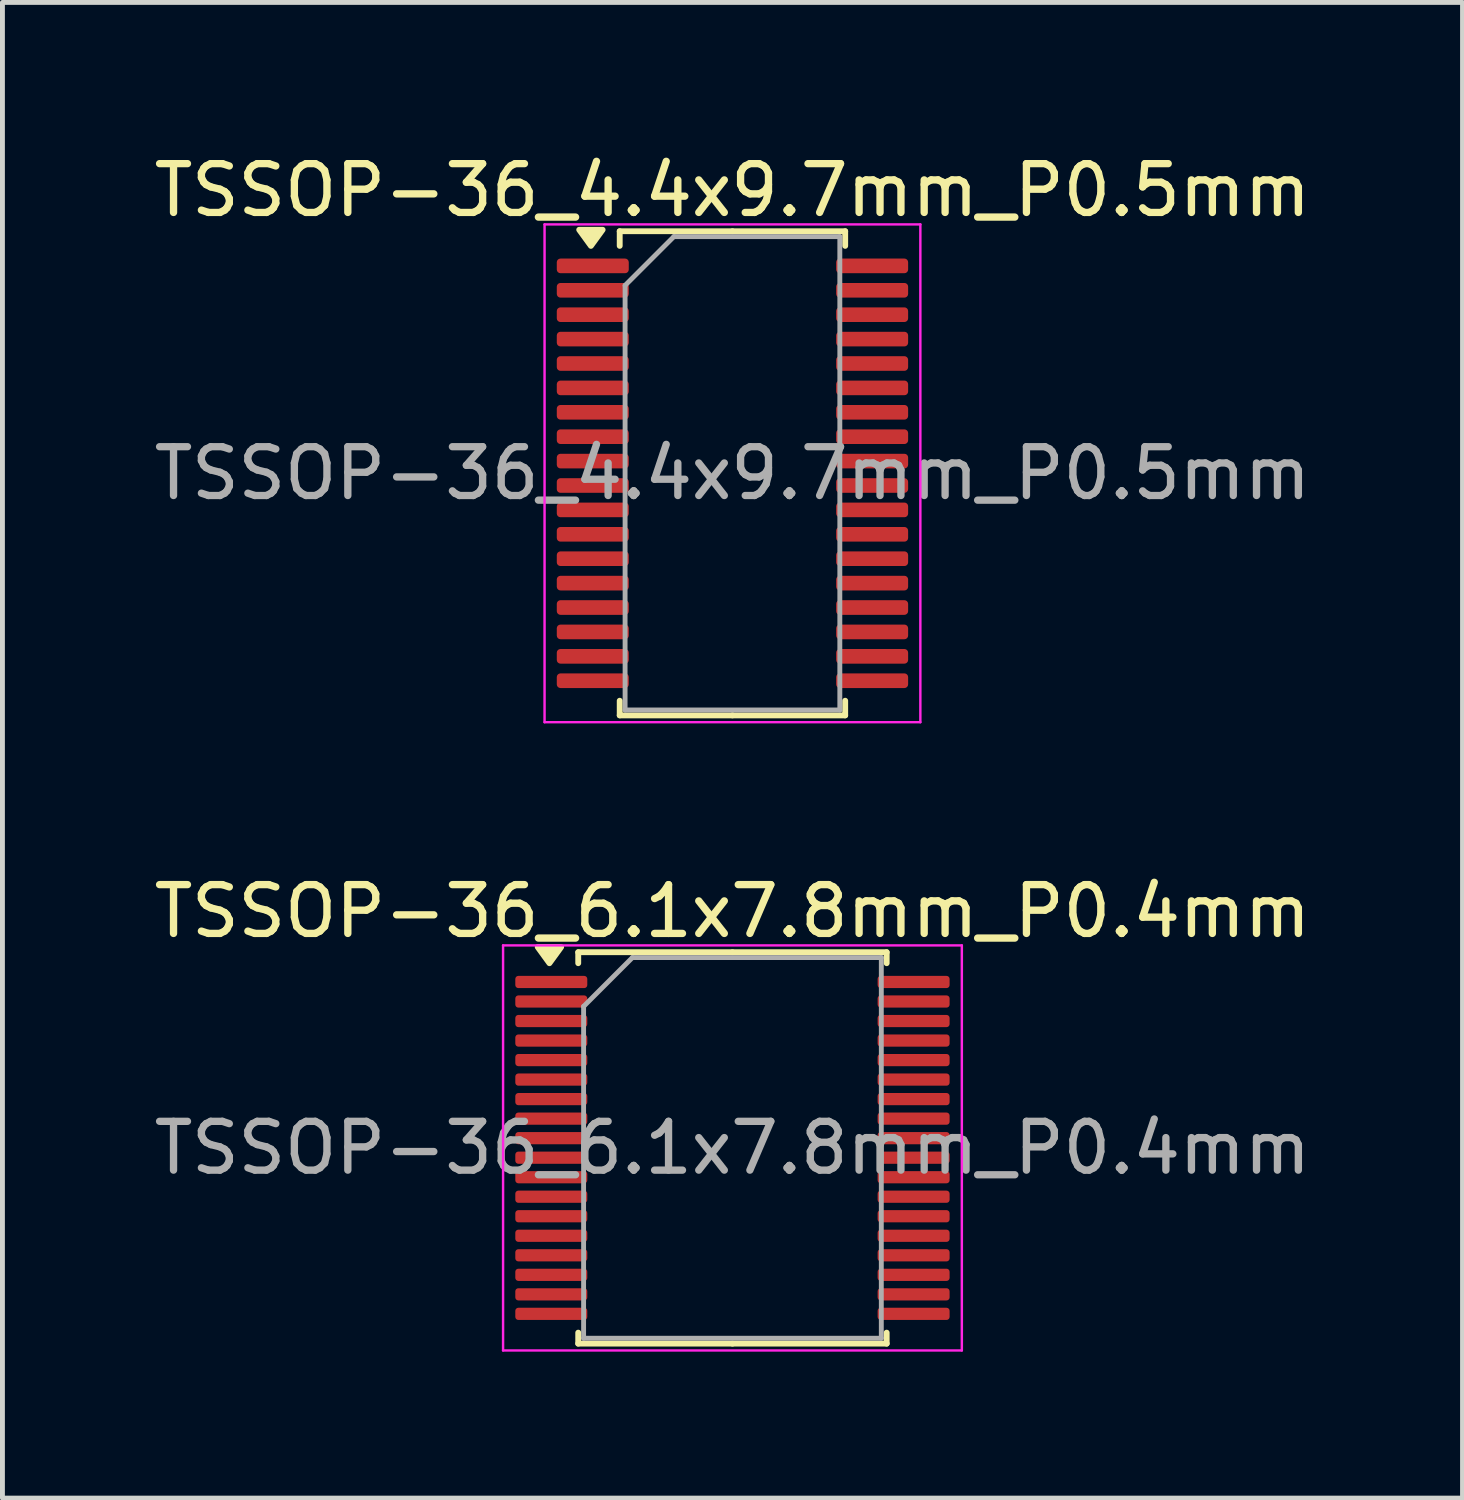
<source format=kicad_pcb>
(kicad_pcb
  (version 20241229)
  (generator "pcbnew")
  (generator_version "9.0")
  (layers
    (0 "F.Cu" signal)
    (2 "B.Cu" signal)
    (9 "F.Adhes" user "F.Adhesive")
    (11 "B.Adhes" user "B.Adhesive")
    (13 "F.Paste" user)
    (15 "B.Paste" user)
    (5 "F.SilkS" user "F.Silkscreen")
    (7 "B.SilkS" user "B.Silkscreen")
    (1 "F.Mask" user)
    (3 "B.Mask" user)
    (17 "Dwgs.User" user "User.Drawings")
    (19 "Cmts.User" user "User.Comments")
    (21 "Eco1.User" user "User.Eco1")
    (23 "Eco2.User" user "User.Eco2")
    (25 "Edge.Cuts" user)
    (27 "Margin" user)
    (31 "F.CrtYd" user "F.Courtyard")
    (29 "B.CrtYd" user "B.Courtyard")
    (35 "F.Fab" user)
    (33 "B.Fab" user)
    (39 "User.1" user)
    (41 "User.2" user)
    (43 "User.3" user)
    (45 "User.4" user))
  (footprint "TSSOP-36_4.4x9.7mm_P0.5mm"
    (layer "F.Cu")
    (at 11.958 6.648)
    (property "Reference" "TSSOP-36_4.4x9.7mm_P0.5mm" (at 0 -5.8 0) (layer "F.SilkS") (effects (font (size 1 1) (thickness 0.15))))
    (attr smd)
    (fp_line (start -2.31 -4.96) (end -2.31 -4.66) (stroke (width 0.12) (type solid)) (layer "F.SilkS"))
    (fp_line (start -2.31 4.96) (end -2.31 4.66) (stroke (width 0.12) (type solid)) (layer "F.SilkS"))
    (fp_line (start 0 -4.96) (end -2.31 -4.96) (stroke (width 0.12) (type solid)) (layer "F.SilkS"))
    (fp_line (start 0 -4.96) (end 2.31 -4.96) (stroke (width 0.12) (type solid)) (layer "F.SilkS"))
    (fp_line (start 0 4.96) (end -2.31 4.96) (stroke (width 0.12) (type solid)) (layer "F.SilkS"))
    (fp_line (start 0 4.96) (end 2.31 4.96) (stroke (width 0.12) (type solid)) (layer "F.SilkS"))
    (fp_line (start 2.31 -4.96) (end 2.31 -4.66) (stroke (width 0.12) (type solid)) (layer "F.SilkS"))
    (fp_line (start 2.31 4.96) (end 2.31 4.66) (stroke (width 0.12) (type solid)) (layer "F.SilkS"))
    (fp_poly (pts (xy -2.9 -4.66) (xy -3.14 -4.99) (xy -2.66 -4.99) (xy -2.9 -4.66)) (stroke (width 0.12) (type solid)) (fill yes) (layer "F.SilkS"))
    (fp_line (start -3.85 -5.1) (end -3.85 5.1) (stroke (width 0.05) (type solid)) (layer "F.CrtYd"))
    (fp_line (start -3.85 5.1) (end 3.85 5.1) (stroke (width 0.05) (type solid)) (layer "F.CrtYd"))
    (fp_line (start 3.85 -5.1) (end -3.85 -5.1) (stroke (width 0.05) (type solid)) (layer "F.CrtYd"))
    (fp_line (start 3.85 5.1) (end 3.85 -5.1) (stroke (width 0.05) (type solid)) (layer "F.CrtYd"))
    (fp_line (start -2.2 -3.85) (end -1.2 -4.85) (stroke (width 0.1) (type solid)) (layer "F.Fab"))
    (fp_line (start -2.2 4.85) (end -2.2 -3.85) (stroke (width 0.1) (type solid)) (layer "F.Fab"))
    (fp_line (start -1.2 -4.85) (end 2.2 -4.85) (stroke (width 0.1) (type solid)) (layer "F.Fab"))
    (fp_line (start 2.2 -4.85) (end 2.2 4.85) (stroke (width 0.1) (type solid)) (layer "F.Fab"))
    (fp_line (start 2.2 4.85) (end -2.2 4.85) (stroke (width 0.1) (type solid)) (layer "F.Fab"))
    (fp_text user "${REFERENCE}" (at 0 0 0) (layer "F.Fab") (effects (font (size 1 1) (thickness 0.15))))
    (pad "1" smd roundrect (at -2.862 -4.25) (size 1.475 0.3) (layers "F.Cu" "F.Mask" "F.Paste") (roundrect_rratio 0.25))
    (pad "2" smd roundrect (at -2.862 -3.75) (size 1.475 0.3) (layers "F.Cu" "F.Mask" "F.Paste") (roundrect_rratio 0.25))
    (pad "3" smd roundrect (at -2.862 -3.25) (size 1.475 0.3) (layers "F.Cu" "F.Mask" "F.Paste") (roundrect_rratio 0.25))
    (pad "4" smd roundrect (at -2.862 -2.75) (size 1.475 0.3) (layers "F.Cu" "F.Mask" "F.Paste") (roundrect_rratio 0.25))
    (pad "5" smd roundrect (at -2.862 -2.25) (size 1.475 0.3) (layers "F.Cu" "F.Mask" "F.Paste") (roundrect_rratio 0.25))
    (pad "6" smd roundrect (at -2.862 -1.75) (size 1.475 0.3) (layers "F.Cu" "F.Mask" "F.Paste") (roundrect_rratio 0.25))
    (pad "7" smd roundrect (at -2.862 -1.25) (size 1.475 0.3) (layers "F.Cu" "F.Mask" "F.Paste") (roundrect_rratio 0.25))
    (pad "8" smd roundrect (at -2.862 -0.75) (size 1.475 0.3) (layers "F.Cu" "F.Mask" "F.Paste") (roundrect_rratio 0.25))
    (pad "9" smd roundrect (at -2.862 -0.25) (size 1.475 0.3) (layers "F.Cu" "F.Mask" "F.Paste") (roundrect_rratio 0.25))
    (pad "10" smd roundrect (at -2.862 0.25) (size 1.475 0.3) (layers "F.Cu" "F.Mask" "F.Paste") (roundrect_rratio 0.25))
    (pad "11" smd roundrect (at -2.862 0.75) (size 1.475 0.3) (layers "F.Cu" "F.Mask" "F.Paste") (roundrect_rratio 0.25))
    (pad "12" smd roundrect (at -2.862 1.25) (size 1.475 0.3) (layers "F.Cu" "F.Mask" "F.Paste") (roundrect_rratio 0.25))
    (pad "13" smd roundrect (at -2.862 1.75) (size 1.475 0.3) (layers "F.Cu" "F.Mask" "F.Paste") (roundrect_rratio 0.25))
    (pad "14" smd roundrect (at -2.862 2.25) (size 1.475 0.3) (layers "F.Cu" "F.Mask" "F.Paste") (roundrect_rratio 0.25))
    (pad "15" smd roundrect (at -2.862 2.75) (size 1.475 0.3) (layers "F.Cu" "F.Mask" "F.Paste") (roundrect_rratio 0.25))
    (pad "16" smd roundrect (at -2.862 3.25) (size 1.475 0.3) (layers "F.Cu" "F.Mask" "F.Paste") (roundrect_rratio 0.25))
    (pad "17" smd roundrect (at -2.862 3.75) (size 1.475 0.3) (layers "F.Cu" "F.Mask" "F.Paste") (roundrect_rratio 0.25))
    (pad "18" smd roundrect (at -2.862 4.25) (size 1.475 0.3) (layers "F.Cu" "F.Mask" "F.Paste") (roundrect_rratio 0.25))
    (pad "19" smd roundrect (at 2.862 4.25) (size 1.475 0.3) (layers "F.Cu" "F.Mask" "F.Paste") (roundrect_rratio 0.25))
    (pad "20" smd roundrect (at 2.862 3.75) (size 1.475 0.3) (layers "F.Cu" "F.Mask" "F.Paste") (roundrect_rratio 0.25))
    (pad "21" smd roundrect (at 2.862 3.25) (size 1.475 0.3) (layers "F.Cu" "F.Mask" "F.Paste") (roundrect_rratio 0.25))
    (pad "22" smd roundrect (at 2.862 2.75) (size 1.475 0.3) (layers "F.Cu" "F.Mask" "F.Paste") (roundrect_rratio 0.25))
    (pad "23" smd roundrect (at 2.862 2.25) (size 1.475 0.3) (layers "F.Cu" "F.Mask" "F.Paste") (roundrect_rratio 0.25))
    (pad "24" smd roundrect (at 2.862 1.75) (size 1.475 0.3) (layers "F.Cu" "F.Mask" "F.Paste") (roundrect_rratio 0.25))
    (pad "25" smd roundrect (at 2.862 1.25) (size 1.475 0.3) (layers "F.Cu" "F.Mask" "F.Paste") (roundrect_rratio 0.25))
    (pad "26" smd roundrect (at 2.862 0.75) (size 1.475 0.3) (layers "F.Cu" "F.Mask" "F.Paste") (roundrect_rratio 0.25))
    (pad "27" smd roundrect (at 2.862 0.25) (size 1.475 0.3) (layers "F.Cu" "F.Mask" "F.Paste") (roundrect_rratio 0.25))
    (pad "28" smd roundrect (at 2.862 -0.25) (size 1.475 0.3) (layers "F.Cu" "F.Mask" "F.Paste") (roundrect_rratio 0.25))
    (pad "29" smd roundrect (at 2.862 -0.75) (size 1.475 0.3) (layers "F.Cu" "F.Mask" "F.Paste") (roundrect_rratio 0.25))
    (pad "30" smd roundrect (at 2.862 -1.25) (size 1.475 0.3) (layers "F.Cu" "F.Mask" "F.Paste") (roundrect_rratio 0.25))
    (pad "31" smd roundrect (at 2.862 -1.75) (size 1.475 0.3) (layers "F.Cu" "F.Mask" "F.Paste") (roundrect_rratio 0.25))
    (pad "32" smd roundrect (at 2.862 -2.25) (size 1.475 0.3) (layers "F.Cu" "F.Mask" "F.Paste") (roundrect_rratio 0.25))
    (pad "33" smd roundrect (at 2.862 -2.75) (size 1.475 0.3) (layers "F.Cu" "F.Mask" "F.Paste") (roundrect_rratio 0.25))
    (pad "34" smd roundrect (at 2.862 -3.25) (size 1.475 0.3) (layers "F.Cu" "F.Mask" "F.Paste") (roundrect_rratio 0.25))
    (pad "35" smd roundrect (at 2.862 -3.75) (size 1.475 0.3) (layers "F.Cu" "F.Mask" "F.Paste") (roundrect_rratio 0.25))
    (pad "36" smd roundrect (at 2.862 -4.25) (size 1.475 0.3) (layers "F.Cu" "F.Mask" "F.Paste") (roundrect_rratio 0.25)))
  (footprint "TSSOP-36_6.1x7.8mm_P0.4mm"
    (layer "F.Cu")
    (at 11.958 20.471)
    (property "Reference" "TSSOP-36_6.1x7.8mm_P0.4mm" (at 0 -4.85 0) (layer "F.SilkS") (effects (font (size 1 1) (thickness 0.15))))
    (attr smd)
    (fp_line (start -3.16 -4.01) (end -3.16 -3.785) (stroke (width 0.12) (type solid)) (layer "F.SilkS"))
    (fp_line (start -3.16 4.01) (end -3.16 3.785) (stroke (width 0.12) (type solid)) (layer "F.SilkS"))
    (fp_line (start 0 -4.01) (end -3.16 -4.01) (stroke (width 0.12) (type solid)) (layer "F.SilkS"))
    (fp_line (start 0 -4.01) (end 3.16 -4.01) (stroke (width 0.12) (type solid)) (layer "F.SilkS"))
    (fp_line (start 0 4.01) (end -3.16 4.01) (stroke (width 0.12) (type solid)) (layer "F.SilkS"))
    (fp_line (start 0 4.01) (end 3.16 4.01) (stroke (width 0.12) (type solid)) (layer "F.SilkS"))
    (fp_line (start 3.16 -4.01) (end 3.16 -3.785) (stroke (width 0.12) (type solid)) (layer "F.SilkS"))
    (fp_line (start 3.16 4.01) (end 3.16 3.785) (stroke (width 0.12) (type solid)) (layer "F.SilkS"))
    (fp_poly (pts (xy -3.75 -3.785) (xy -3.99 -4.115) (xy -3.51 -4.115) (xy -3.75 -3.785)) (stroke (width 0.12) (type solid)) (fill yes) (layer "F.SilkS"))
    (fp_line (start -4.7 -4.15) (end -4.7 4.15) (stroke (width 0.05) (type solid)) (layer "F.CrtYd"))
    (fp_line (start -4.7 4.15) (end 4.7 4.15) (stroke (width 0.05) (type solid)) (layer "F.CrtYd"))
    (fp_line (start 4.7 -4.15) (end -4.7 -4.15) (stroke (width 0.05) (type solid)) (layer "F.CrtYd"))
    (fp_line (start 4.7 4.15) (end 4.7 -4.15) (stroke (width 0.05) (type solid)) (layer "F.CrtYd"))
    (fp_line (start -3.05 -2.9) (end -2.05 -3.9) (stroke (width 0.1) (type solid)) (layer "F.Fab"))
    (fp_line (start -3.05 3.9) (end -3.05 -2.9) (stroke (width 0.1) (type solid)) (layer "F.Fab"))
    (fp_line (start -2.05 -3.9) (end 3.05 -3.9) (stroke (width 0.1) (type solid)) (layer "F.Fab"))
    (fp_line (start 3.05 -3.9) (end 3.05 3.9) (stroke (width 0.1) (type solid)) (layer "F.Fab"))
    (fp_line (start 3.05 3.9) (end -3.05 3.9) (stroke (width 0.1) (type solid)) (layer "F.Fab"))
    (fp_text user "${REFERENCE}" (at 0 0 0) (layer "F.Fab") (effects (font (size 1 1) (thickness 0.15))))
    (pad "1" smd roundrect (at -3.712 -3.4) (size 1.475 0.25) (layers "F.Cu" "F.Mask" "F.Paste") (roundrect_rratio 0.25))
    (pad "2" smd roundrect (at -3.712 -3) (size 1.475 0.25) (layers "F.Cu" "F.Mask" "F.Paste") (roundrect_rratio 0.25))
    (pad "3" smd roundrect (at -3.712 -2.6) (size 1.475 0.25) (layers "F.Cu" "F.Mask" "F.Paste") (roundrect_rratio 0.25))
    (pad "4" smd roundrect (at -3.712 -2.2) (size 1.475 0.25) (layers "F.Cu" "F.Mask" "F.Paste") (roundrect_rratio 0.25))
    (pad "5" smd roundrect (at -3.712 -1.8) (size 1.475 0.25) (layers "F.Cu" "F.Mask" "F.Paste") (roundrect_rratio 0.25))
    (pad "6" smd roundrect (at -3.712 -1.4) (size 1.475 0.25) (layers "F.Cu" "F.Mask" "F.Paste") (roundrect_rratio 0.25))
    (pad "7" smd roundrect (at -3.712 -1) (size 1.475 0.25) (layers "F.Cu" "F.Mask" "F.Paste") (roundrect_rratio 0.25))
    (pad "8" smd roundrect (at -3.712 -0.6) (size 1.475 0.25) (layers "F.Cu" "F.Mask" "F.Paste") (roundrect_rratio 0.25))
    (pad "9" smd roundrect (at -3.712 -0.2) (size 1.475 0.25) (layers "F.Cu" "F.Mask" "F.Paste") (roundrect_rratio 0.25))
    (pad "10" smd roundrect (at -3.712 0.2) (size 1.475 0.25) (layers "F.Cu" "F.Mask" "F.Paste") (roundrect_rratio 0.25))
    (pad "11" smd roundrect (at -3.712 0.6) (size 1.475 0.25) (layers "F.Cu" "F.Mask" "F.Paste") (roundrect_rratio 0.25))
    (pad "12" smd roundrect (at -3.712 1) (size 1.475 0.25) (layers "F.Cu" "F.Mask" "F.Paste") (roundrect_rratio 0.25))
    (pad "13" smd roundrect (at -3.712 1.4) (size 1.475 0.25) (layers "F.Cu" "F.Mask" "F.Paste") (roundrect_rratio 0.25))
    (pad "14" smd roundrect (at -3.712 1.8) (size 1.475 0.25) (layers "F.Cu" "F.Mask" "F.Paste") (roundrect_rratio 0.25))
    (pad "15" smd roundrect (at -3.712 2.2) (size 1.475 0.25) (layers "F.Cu" "F.Mask" "F.Paste") (roundrect_rratio 0.25))
    (pad "16" smd roundrect (at -3.712 2.6) (size 1.475 0.25) (layers "F.Cu" "F.Mask" "F.Paste") (roundrect_rratio 0.25))
    (pad "17" smd roundrect (at -3.712 3) (size 1.475 0.25) (layers "F.Cu" "F.Mask" "F.Paste") (roundrect_rratio 0.25))
    (pad "18" smd roundrect (at -3.712 3.4) (size 1.475 0.25) (layers "F.Cu" "F.Mask" "F.Paste") (roundrect_rratio 0.25))
    (pad "19" smd roundrect (at 3.712 3.4) (size 1.475 0.25) (layers "F.Cu" "F.Mask" "F.Paste") (roundrect_rratio 0.25))
    (pad "20" smd roundrect (at 3.712 3) (size 1.475 0.25) (layers "F.Cu" "F.Mask" "F.Paste") (roundrect_rratio 0.25))
    (pad "21" smd roundrect (at 3.712 2.6) (size 1.475 0.25) (layers "F.Cu" "F.Mask" "F.Paste") (roundrect_rratio 0.25))
    (pad "22" smd roundrect (at 3.712 2.2) (size 1.475 0.25) (layers "F.Cu" "F.Mask" "F.Paste") (roundrect_rratio 0.25))
    (pad "23" smd roundrect (at 3.712 1.8) (size 1.475 0.25) (layers "F.Cu" "F.Mask" "F.Paste") (roundrect_rratio 0.25))
    (pad "24" smd roundrect (at 3.712 1.4) (size 1.475 0.25) (layers "F.Cu" "F.Mask" "F.Paste") (roundrect_rratio 0.25))
    (pad "25" smd roundrect (at 3.712 1) (size 1.475 0.25) (layers "F.Cu" "F.Mask" "F.Paste") (roundrect_rratio 0.25))
    (pad "26" smd roundrect (at 3.712 0.6) (size 1.475 0.25) (layers "F.Cu" "F.Mask" "F.Paste") (roundrect_rratio 0.25))
    (pad "27" smd roundrect (at 3.712 0.2) (size 1.475 0.25) (layers "F.Cu" "F.Mask" "F.Paste") (roundrect_rratio 0.25))
    (pad "28" smd roundrect (at 3.712 -0.2) (size 1.475 0.25) (layers "F.Cu" "F.Mask" "F.Paste") (roundrect_rratio 0.25))
    (pad "29" smd roundrect (at 3.712 -0.6) (size 1.475 0.25) (layers "F.Cu" "F.Mask" "F.Paste") (roundrect_rratio 0.25))
    (pad "30" smd roundrect (at 3.712 -1) (size 1.475 0.25) (layers "F.Cu" "F.Mask" "F.Paste") (roundrect_rratio 0.25))
    (pad "31" smd roundrect (at 3.712 -1.4) (size 1.475 0.25) (layers "F.Cu" "F.Mask" "F.Paste") (roundrect_rratio 0.25))
    (pad "32" smd roundrect (at 3.712 -1.8) (size 1.475 0.25) (layers "F.Cu" "F.Mask" "F.Paste") (roundrect_rratio 0.25))
    (pad "33" smd roundrect (at 3.712 -2.2) (size 1.475 0.25) (layers "F.Cu" "F.Mask" "F.Paste") (roundrect_rratio 0.25))
    (pad "34" smd roundrect (at 3.712 -2.6) (size 1.475 0.25) (layers "F.Cu" "F.Mask" "F.Paste") (roundrect_rratio 0.25))
    (pad "35" smd roundrect (at 3.712 -3) (size 1.475 0.25) (layers "F.Cu" "F.Mask" "F.Paste") (roundrect_rratio 0.25))
    (pad "36" smd roundrect (at 3.712 -3.4) (size 1.475 0.25) (layers "F.Cu" "F.Mask" "F.Paste") (roundrect_rratio 0.25)))
  (gr_rect
    (start -3 -3)
    (end 26.917 27.646)
    (stroke (width 0.1) (type default))
    (fill no)
    (layer "Edge.Cuts")))
</source>
